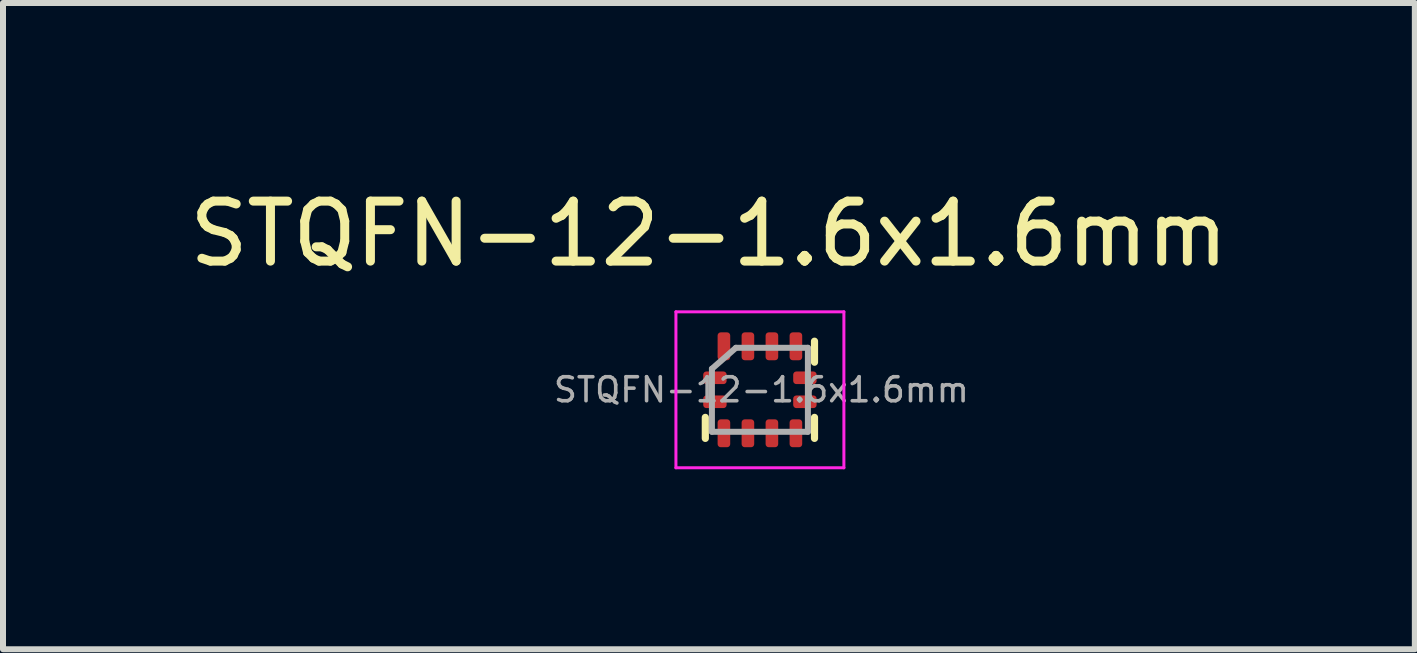
<source format=kicad_pcb>
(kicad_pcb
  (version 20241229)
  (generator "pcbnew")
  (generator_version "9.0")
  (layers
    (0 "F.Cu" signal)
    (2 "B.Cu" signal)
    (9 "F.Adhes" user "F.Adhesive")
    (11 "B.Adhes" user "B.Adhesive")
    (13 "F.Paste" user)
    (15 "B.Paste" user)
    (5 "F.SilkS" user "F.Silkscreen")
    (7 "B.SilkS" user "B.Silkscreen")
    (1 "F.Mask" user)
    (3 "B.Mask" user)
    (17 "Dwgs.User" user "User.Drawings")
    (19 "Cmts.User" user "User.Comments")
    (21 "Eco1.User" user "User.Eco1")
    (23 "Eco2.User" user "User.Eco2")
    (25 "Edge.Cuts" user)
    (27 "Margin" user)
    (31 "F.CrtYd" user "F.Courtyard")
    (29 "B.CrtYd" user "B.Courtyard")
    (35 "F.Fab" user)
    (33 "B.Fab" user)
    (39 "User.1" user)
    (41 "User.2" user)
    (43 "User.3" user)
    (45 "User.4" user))
  (footprint "STQFN-12-1.6x1.6mm"
    (layer "F.Cu")
    (at 9.618 3.348)
    (property "Reference" "STQFN-12-1.6x1.6mm" (at -0.85 -2.5 0) (layer "F.SilkS") (effects (font (size 1 1) (thickness 0.15))))
    (attr smd)
    (fp_line (start -0.91 0.91) (end -0.91 0.56) (stroke (width 0.12) (type solid)) (layer "F.SilkS"))
    (fp_line (start 0.91 -0.71) (end 0.91 -0.36) (stroke (width 0.12) (type solid)) (layer "F.SilkS"))
    (fp_line (start 0.91 0.91) (end 0.91 0.56) (stroke (width 0.12) (type solid)) (layer "F.SilkS"))
    (fp_line (start -1.4 -1.2) (end -1.4 1.4) (stroke (width 0.05) (type solid)) (layer "F.CrtYd"))
    (fp_line (start -1.4 1.4) (end 1.4 1.4) (stroke (width 0.05) (type solid)) (layer "F.CrtYd"))
    (fp_line (start 1.4 -1.2) (end -1.4 -1.2) (stroke (width 0.05) (type solid)) (layer "F.CrtYd"))
    (fp_line (start 1.4 1.4) (end 1.4 -1.2) (stroke (width 0.05) (type solid)) (layer "F.CrtYd"))
    (fp_line (start -0.8 -0.25) (end -0.4 -0.6) (stroke (width 0.1) (type solid)) (layer "F.Fab"))
    (fp_line (start -0.8 0.8) (end -0.8 -0.25) (stroke (width 0.1) (type solid)) (layer "F.Fab"))
    (fp_line (start -0.4 -0.6) (end 0.8 -0.6) (stroke (width 0.1) (type solid)) (layer "F.Fab"))
    (fp_line (start 0.8 -0.6) (end 0.8 0.8) (stroke (width 0.1) (type solid)) (layer "F.Fab"))
    (fp_line (start 0.8 0.8) (end -0.8 0.8) (stroke (width 0.1) (type solid)) (layer "F.Fab"))
    (fp_text user "${REFERENCE}" (at 0.025 0.1 0) (layer "F.Fab") (effects (font (size 0.4 0.4) (thickness 0.06))))
    (pad "1" smd roundrect (at -0.6 -0.625) (size 0.21 0.465) (layers "F.Cu" "F.Mask" "F.Paste") (roundrect_rratio 0.25))
    (pad "2" smd roundrect (at -0.2 -0.625) (size 0.21 0.465) (layers "F.Cu" "F.Mask" "F.Paste") (roundrect_rratio 0.25))
    (pad "3" smd roundrect (at 0.2 -0.625) (size 0.21 0.465) (layers "F.Cu" "F.Mask" "F.Paste") (roundrect_rratio 0.25))
    (pad "4" smd roundrect (at 0.6 -0.625) (size 0.21 0.465) (layers "F.Cu" "F.Mask" "F.Paste") (roundrect_rratio 0.25))
    (pad "5" smd roundrect (at 0.75 -0.1) (size 0.39 0.21) (layers "F.Cu" "F.Mask" "F.Paste") (roundrect_rratio 0.25))
    (pad "6" smd roundrect (at 0.75 0.3) (size 0.39 0.21) (layers "F.Cu" "F.Mask" "F.Paste") (roundrect_rratio 0.25))
    (pad "7" smd roundrect (at 0.6 0.825) (size 0.21 0.465) (layers "F.Cu" "F.Mask" "F.Paste") (roundrect_rratio 0.25))
    (pad "8" smd roundrect (at 0.2 0.825) (size 0.21 0.465) (layers "F.Cu" "F.Mask" "F.Paste") (roundrect_rratio 0.25))
    (pad "9" smd roundrect (at -0.2 0.825) (size 0.21 0.465) (layers "F.Cu" "F.Mask" "F.Paste") (roundrect_rratio 0.25))
    (pad "10" smd roundrect (at -0.6 0.825) (size 0.21 0.465) (layers "F.Cu" "F.Mask" "F.Paste") (roundrect_rratio 0.25))
    (pad "11" smd roundrect (at -0.75 0.3) (size 0.39 0.21) (layers "F.Cu" "F.Mask" "F.Paste") (roundrect_rratio 0.25))
    (pad "12" smd roundrect (at -0.75 -0.1) (size 0.39 0.21) (layers "F.Cu" "F.Mask" "F.Paste") (roundrect_rratio 0.25)))
  (gr_rect
    (start -3 -3)
    (end 20.536 7.773)
    (stroke (width 0.1) (type default))
    (fill no)
    (layer "Edge.Cuts")))
</source>
